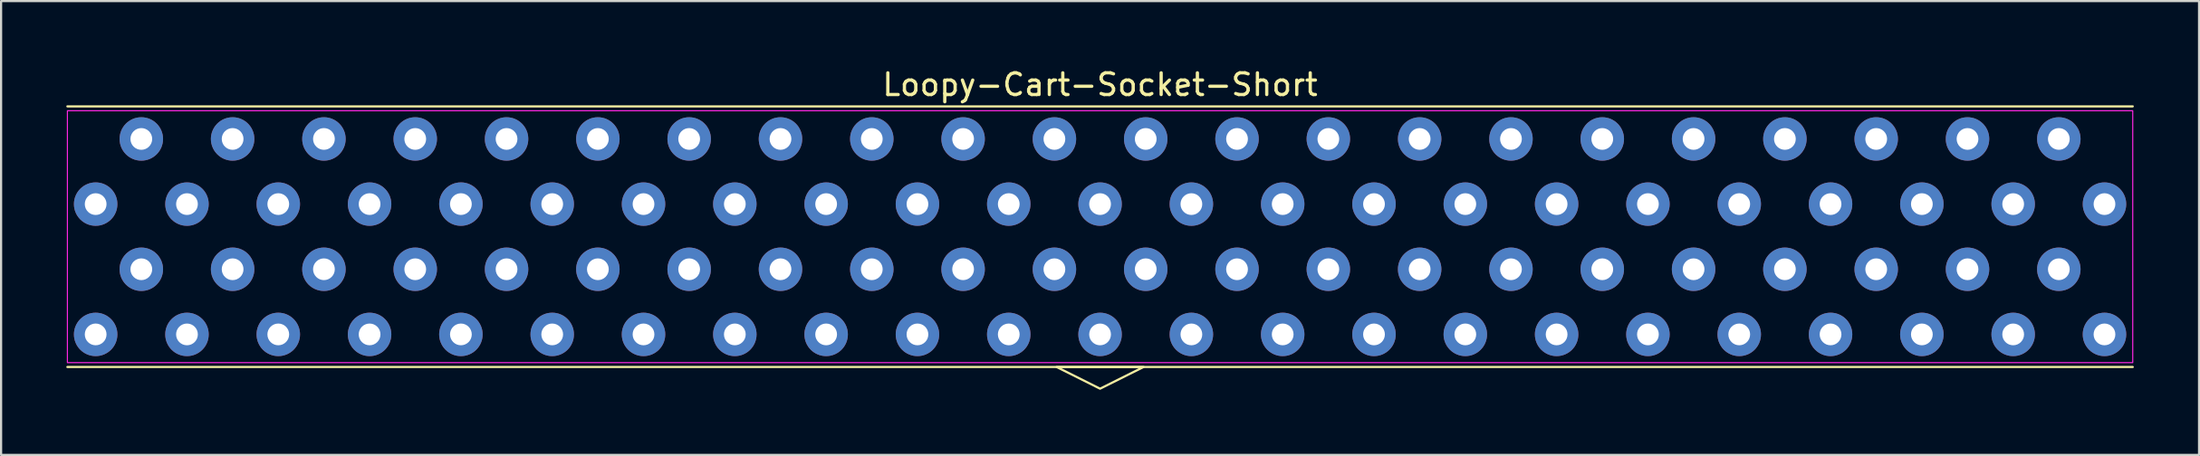
<source format=kicad_pcb>
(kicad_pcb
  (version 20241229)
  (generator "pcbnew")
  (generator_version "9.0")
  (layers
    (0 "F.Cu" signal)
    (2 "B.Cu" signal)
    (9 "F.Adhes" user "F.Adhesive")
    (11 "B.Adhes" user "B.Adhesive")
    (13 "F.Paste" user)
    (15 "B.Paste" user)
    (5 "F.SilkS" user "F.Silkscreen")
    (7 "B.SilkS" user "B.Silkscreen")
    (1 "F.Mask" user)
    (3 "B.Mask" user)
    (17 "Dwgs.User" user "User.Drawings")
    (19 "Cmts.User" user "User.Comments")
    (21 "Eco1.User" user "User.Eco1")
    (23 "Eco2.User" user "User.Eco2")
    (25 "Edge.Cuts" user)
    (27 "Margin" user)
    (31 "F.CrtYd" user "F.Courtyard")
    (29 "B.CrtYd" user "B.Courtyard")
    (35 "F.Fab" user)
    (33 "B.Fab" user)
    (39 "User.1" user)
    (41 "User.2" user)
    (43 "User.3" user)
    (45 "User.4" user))
  (footprint "Loopy-Cart-Socket-Short"
    (layer "F.Cu")
    (at 47.55 7.848)
    (property "Reference" "Loopy-Cart-Socket-Short" (at 0 -7 0) (layer "F.SilkS") (effects (font (size 1 1) (thickness 0.15))))
    (attr through_hole)
    (fp_line (start -47.5 -6) (end 47.5 -6) (stroke (width 0.1) (type default)) (layer "F.SilkS"))
    (fp_line (start -47.5 6) (end 47.5 6) (stroke (width 0.1) (type default)) (layer "F.SilkS"))
    (fp_poly (pts (xy -2 6) (xy 0 7) (xy 2 6)) (stroke (width 0.1) (type solid)) (fill no) (layer "F.SilkS"))
    (fp_rect (start -47.5 -5.8) (end 47.5 5.8) (stroke (width 0.05) (type default)) (fill no) (layer "F.CrtYd"))
    (pad "1" thru_hole oval (at 46.2 -1.5) (size 2 2) (drill 1) (layers "*.Cu" "*.Mask"))
    (pad "2" thru_hole oval (at 44.1 -4.5) (size 2 2) (drill 1) (layers "*.Cu" "*.Mask"))
    (pad "3" thru_hole oval (at 42 -1.5) (size 2 2) (drill 1) (layers "*.Cu" "*.Mask"))
    (pad "4" thru_hole oval (at 39.9 -4.5) (size 2 2) (drill 1) (layers "*.Cu" "*.Mask"))
    (pad "5" thru_hole oval (at 37.8 -1.5) (size 2 2) (drill 1) (layers "*.Cu" "*.Mask"))
    (pad "6" thru_hole oval (at 35.7 -4.5) (size 2 2) (drill 1) (layers "*.Cu" "*.Mask"))
    (pad "7" thru_hole oval (at 33.6 -1.5) (size 2 2) (drill 1) (layers "*.Cu" "*.Mask"))
    (pad "8" thru_hole oval (at 31.5 -4.5) (size 2 2) (drill 1) (layers "*.Cu" "*.Mask"))
    (pad "9" thru_hole oval (at 29.4 -1.5) (size 2 2) (drill 1) (layers "*.Cu" "*.Mask"))
    (pad "10" thru_hole oval (at 27.3 -4.5) (size 2 2) (drill 1) (layers "*.Cu" "*.Mask"))
    (pad "11" thru_hole oval (at 25.2 -1.5) (size 2 2) (drill 1) (layers "*.Cu" "*.Mask"))
    (pad "12" thru_hole oval (at 23.1 -4.5) (size 2 2) (drill 1) (layers "*.Cu" "*.Mask"))
    (pad "13" thru_hole oval (at 21 -1.5) (size 2 2) (drill 1) (layers "*.Cu" "*.Mask"))
    (pad "14" thru_hole oval (at 18.9 -4.5) (size 2 2) (drill 1) (layers "*.Cu" "*.Mask"))
    (pad "15" thru_hole oval (at 16.8 -1.5) (size 2 2) (drill 1) (layers "*.Cu" "*.Mask"))
    (pad "16" thru_hole oval (at 14.7 -4.5) (size 2 2) (drill 1) (layers "*.Cu" "*.Mask"))
    (pad "17" thru_hole oval (at 12.6 -1.5) (size 2 2) (drill 1) (layers "*.Cu" "*.Mask"))
    (pad "18" thru_hole oval (at 10.5 -4.5) (size 2 2) (drill 1) (layers "*.Cu" "*.Mask"))
    (pad "19" thru_hole oval (at 8.4 -1.5) (size 2 2) (drill 1) (layers "*.Cu" "*.Mask"))
    (pad "20" thru_hole oval (at 6.3 -4.5) (size 2 2) (drill 1) (layers "*.Cu" "*.Mask"))
    (pad "21" thru_hole oval (at 4.2 -1.5) (size 2 2) (drill 1) (layers "*.Cu" "*.Mask"))
    (pad "22" thru_hole oval (at 2.1 -4.5) (size 2 2) (drill 1) (layers "*.Cu" "*.Mask"))
    (pad "23" thru_hole oval (at 0 -1.5) (size 2 2) (drill 1) (layers "*.Cu" "*.Mask"))
    (pad "24" thru_hole oval (at -2.1 -4.5) (size 2 2) (drill 1) (layers "*.Cu" "*.Mask"))
    (pad "25" thru_hole oval (at -4.2 -1.5) (size 2 2) (drill 1) (layers "*.Cu" "*.Mask"))
    (pad "26" thru_hole oval (at -6.3 -4.5) (size 2 2) (drill 1) (layers "*.Cu" "*.Mask"))
    (pad "27" thru_hole oval (at -8.4 -1.5) (size 2 2) (drill 1) (layers "*.Cu" "*.Mask"))
    (pad "28" thru_hole oval (at -10.5 -4.5) (size 2 2) (drill 1) (layers "*.Cu" "*.Mask"))
    (pad "29" thru_hole oval (at -12.6 -1.5) (size 2 2) (drill 1) (layers "*.Cu" "*.Mask"))
    (pad "30" thru_hole oval (at -14.7 -4.5) (size 2 2) (drill 1) (layers "*.Cu" "*.Mask"))
    (pad "31" thru_hole oval (at -16.8 -1.5) (size 2 2) (drill 1) (layers "*.Cu" "*.Mask"))
    (pad "32" thru_hole oval (at -18.9 -4.5) (size 2 2) (drill 1) (layers "*.Cu" "*.Mask"))
    (pad "33" thru_hole oval (at -21 -1.5) (size 2 2) (drill 1) (layers "*.Cu" "*.Mask"))
    (pad "34" thru_hole oval (at -23.1 -4.5) (size 2 2) (drill 1) (layers "*.Cu" "*.Mask"))
    (pad "35" thru_hole oval (at -25.2 -1.5) (size 2 2) (drill 1) (layers "*.Cu" "*.Mask"))
    (pad "36" thru_hole oval (at -27.3 -4.5) (size 2 2) (drill 1) (layers "*.Cu" "*.Mask"))
    (pad "37" thru_hole oval (at -29.4 -1.5) (size 2 2) (drill 1) (layers "*.Cu" "*.Mask"))
    (pad "38" thru_hole oval (at -31.5 -4.5) (size 2 2) (drill 1) (layers "*.Cu" "*.Mask"))
    (pad "39" thru_hole oval (at -33.6 -1.5) (size 2 2) (drill 1) (layers "*.Cu" "*.Mask"))
    (pad "40" thru_hole oval (at -35.7 -4.5) (size 2 2) (drill 1) (layers "*.Cu" "*.Mask"))
    (pad "41" thru_hole oval (at -37.8 -1.5) (size 2 2) (drill 1) (layers "*.Cu" "*.Mask"))
    (pad "42" thru_hole oval (at -39.9 -4.5) (size 2 2) (drill 1) (layers "*.Cu" "*.Mask"))
    (pad "43" thru_hole oval (at -42 -1.5) (size 2 2) (drill 1) (layers "*.Cu" "*.Mask"))
    (pad "44" thru_hole oval (at -44.1 -4.5) (size 2 2) (drill 1) (layers "*.Cu" "*.Mask"))
    (pad "45" thru_hole oval (at -46.2 -1.5) (size 2 2) (drill 1) (layers "*.Cu" "*.Mask"))
    (pad "46" thru_hole oval (at 46.2 4.5) (size 2 2) (drill 1) (layers "*.Cu" "*.Mask"))
    (pad "47" thru_hole oval (at 44.1 1.5) (size 2 2) (drill 1) (layers "*.Cu" "*.Mask"))
    (pad "48" thru_hole oval (at 42 4.5) (size 2 2) (drill 1) (layers "*.Cu" "*.Mask"))
    (pad "49" thru_hole oval (at 39.9 1.5) (size 2 2) (drill 1) (layers "*.Cu" "*.Mask"))
    (pad "50" thru_hole oval (at 37.8 4.5) (size 2 2) (drill 1) (layers "*.Cu" "*.Mask"))
    (pad "51" thru_hole oval (at 35.7 1.5) (size 2 2) (drill 1) (layers "*.Cu" "*.Mask"))
    (pad "52" thru_hole oval (at 33.6 4.5) (size 2 2) (drill 1) (layers "*.Cu" "*.Mask"))
    (pad "53" thru_hole oval (at 31.5 1.5) (size 2 2) (drill 1) (layers "*.Cu" "*.Mask"))
    (pad "54" thru_hole oval (at 29.4 4.5) (size 2 2) (drill 1) (layers "*.Cu" "*.Mask"))
    (pad "55" thru_hole oval (at 27.3 1.5) (size 2 2) (drill 1) (layers "*.Cu" "*.Mask"))
    (pad "56" thru_hole oval (at 25.2 4.5) (size 2 2) (drill 1) (layers "*.Cu" "*.Mask"))
    (pad "57" thru_hole oval (at 23.1 1.5) (size 2 2) (drill 1) (layers "*.Cu" "*.Mask"))
    (pad "58" thru_hole oval (at 21 4.5) (size 2 2) (drill 1) (layers "*.Cu" "*.Mask"))
    (pad "59" thru_hole oval (at 18.9 1.5) (size 2 2) (drill 1) (layers "*.Cu" "*.Mask"))
    (pad "60" thru_hole oval (at 16.8 4.5) (size 2 2) (drill 1) (layers "*.Cu" "*.Mask"))
    (pad "61" thru_hole oval (at 14.7 1.5) (size 2 2) (drill 1) (layers "*.Cu" "*.Mask"))
    (pad "62" thru_hole oval (at 12.6 4.5) (size 2 2) (drill 1) (layers "*.Cu" "*.Mask"))
    (pad "63" thru_hole oval (at 10.5 1.5) (size 2 2) (drill 1) (layers "*.Cu" "*.Mask"))
    (pad "64" thru_hole oval (at 8.4 4.5) (size 2 2) (drill 1) (layers "*.Cu" "*.Mask"))
    (pad "65" thru_hole oval (at 6.3 1.5) (size 2 2) (drill 1) (layers "*.Cu" "*.Mask"))
    (pad "66" thru_hole oval (at 4.2 4.5) (size 2 2) (drill 1) (layers "*.Cu" "*.Mask"))
    (pad "67" thru_hole oval (at 2.1 1.5) (size 2 2) (drill 1) (layers "*.Cu" "*.Mask"))
    (pad "68" thru_hole oval (at 0 4.5) (size 2 2) (drill 1) (layers "*.Cu" "*.Mask"))
    (pad "69" thru_hole oval (at -2.1 1.5) (size 2 2) (drill 1) (layers "*.Cu" "*.Mask"))
    (pad "70" thru_hole oval (at -4.2 4.5) (size 2 2) (drill 1) (layers "*.Cu" "*.Mask"))
    (pad "71" thru_hole oval (at -6.3 1.5) (size 2 2) (drill 1) (layers "*.Cu" "*.Mask"))
    (pad "72" thru_hole oval (at -8.4 4.5) (size 2 2) (drill 1) (layers "*.Cu" "*.Mask"))
    (pad "73" thru_hole oval (at -10.5 1.5) (size 2 2) (drill 1) (layers "*.Cu" "*.Mask"))
    (pad "74" thru_hole oval (at -12.6 4.5) (size 2 2) (drill 1) (layers "*.Cu" "*.Mask"))
    (pad "75" thru_hole oval (at -14.7 1.5) (size 2 2) (drill 1) (layers "*.Cu" "*.Mask"))
    (pad "76" thru_hole oval (at -16.8 4.5) (size 2 2) (drill 1) (layers "*.Cu" "*.Mask"))
    (pad "77" thru_hole oval (at -18.9 1.5) (size 2 2) (drill 1) (layers "*.Cu" "*.Mask"))
    (pad "78" thru_hole oval (at -21 4.5) (size 2 2) (drill 1) (layers "*.Cu" "*.Mask"))
    (pad "79" thru_hole oval (at -23.1 1.5) (size 2 2) (drill 1) (layers "*.Cu" "*.Mask"))
    (pad "80" thru_hole oval (at -25.2 4.5) (size 2 2) (drill 1) (layers "*.Cu" "*.Mask"))
    (pad "81" thru_hole oval (at -27.3 1.5) (size 2 2) (drill 1) (layers "*.Cu" "*.Mask"))
    (pad "82" thru_hole oval (at -29.4 4.5) (size 2 2) (drill 1) (layers "*.Cu" "*.Mask"))
    (pad "83" thru_hole oval (at -31.5 1.5) (size 2 2) (drill 1) (layers "*.Cu" "*.Mask"))
    (pad "84" thru_hole oval (at -33.6 4.5) (size 2 2) (drill 1) (layers "*.Cu" "*.Mask"))
    (pad "85" thru_hole oval (at -35.7 1.5) (size 2 2) (drill 1) (layers "*.Cu" "*.Mask"))
    (pad "86" thru_hole oval (at -37.8 4.5) (size 2 2) (drill 1) (layers "*.Cu" "*.Mask"))
    (pad "87" thru_hole oval (at -39.9 1.5) (size 2 2) (drill 1) (layers "*.Cu" "*.Mask"))
    (pad "88" thru_hole oval (at -42 4.5) (size 2 2) (drill 1) (layers "*.Cu" "*.Mask"))
    (pad "89" thru_hole oval (at -44.1 1.5) (size 2 2) (drill 1) (layers "*.Cu" "*.Mask"))
    (pad "90" thru_hole oval (at -46.2 4.5) (size 2 2) (drill 1) (layers "*.Cu" "*.Mask")))
  (gr_rect
    (start -3 -3)
    (end 98.1 17.898)
    (stroke (width 0.1) (type default))
    (fill no)
    (layer "Edge.Cuts")))
</source>
